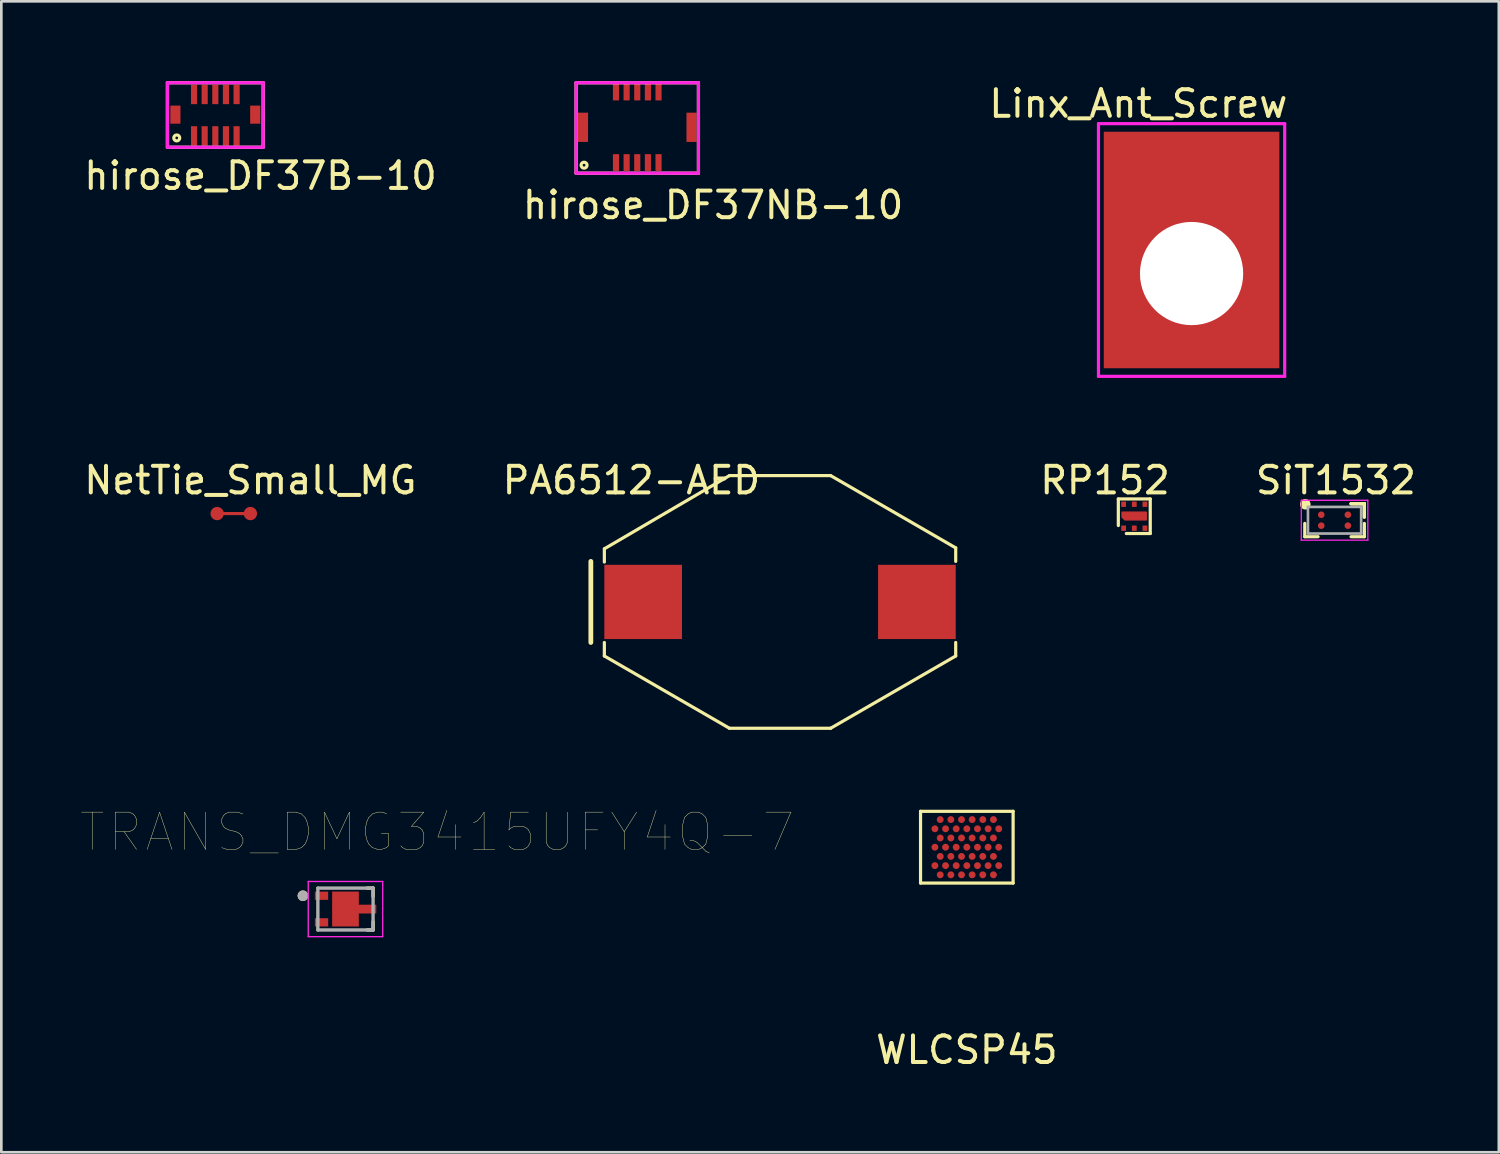
<source format=kicad_pcb>
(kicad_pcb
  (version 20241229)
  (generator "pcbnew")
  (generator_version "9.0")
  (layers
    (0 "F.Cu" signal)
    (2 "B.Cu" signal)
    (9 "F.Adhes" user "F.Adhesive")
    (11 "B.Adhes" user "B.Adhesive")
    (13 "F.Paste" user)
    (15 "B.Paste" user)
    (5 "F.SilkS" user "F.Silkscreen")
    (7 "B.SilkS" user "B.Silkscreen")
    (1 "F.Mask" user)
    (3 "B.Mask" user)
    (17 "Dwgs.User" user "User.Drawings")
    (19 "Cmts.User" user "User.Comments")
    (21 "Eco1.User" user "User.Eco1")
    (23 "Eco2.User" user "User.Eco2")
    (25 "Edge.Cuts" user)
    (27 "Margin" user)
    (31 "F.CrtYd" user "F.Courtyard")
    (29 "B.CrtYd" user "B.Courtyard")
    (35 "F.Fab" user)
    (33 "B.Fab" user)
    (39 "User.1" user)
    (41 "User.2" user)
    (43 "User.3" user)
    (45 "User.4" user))
  (footprint "TRANS_DMG3415UFY4Q-7"
    (layer "F.Cu")
    (at 9.937 31.123)
    (property "Reference" "TRANS_DMG3415UFY4Q-7" (at 3.445 -2.889 0) (layer "F.SilkS") (effects (font (size 1.4 1.4) (thickness 0.015))))
    (attr through_hole)
    (fp_poly (pts (xy -0.5 -0.65) (xy 0.5 -0.65) (xy 0.5 -0.155) (xy 1.15 -0.155) (xy 1.15 0.155) (xy 0.5 0.155) (xy 0.5 0.65) (xy -0.5 0.65)) (stroke (width 0.01) (type solid)) (fill yes) (layer "F.Cu"))
    (fp_poly (pts (xy -0.75 -0.6) (xy 0.75 -0.6) (xy 0.75 0.6) (xy -0.75 0.6)) (stroke (width 0.01) (type solid)) (fill yes) (layer "F.Mask"))
    (fp_line (start 0.82 -0.787) (end 1.038 -0.787) (stroke (width 0.127) (type solid)) (layer "F.SilkS"))
    (fp_line (start 1.038 -0.787) (end 1.038 -0.475) (stroke (width 0.127) (type solid)) (layer "F.SilkS"))
    (fp_line (start 1.038 0.475) (end 1.038 0.787) (stroke (width 0.127) (type solid)) (layer "F.SilkS"))
    (fp_line (start 1.038 0.787) (end 0.82 0.787) (stroke (width 0.127) (type solid)) (layer "F.SilkS"))
    (fp_circle (center -1.6 -0.5) (end -1.5 -0.5) (stroke (width 0.2) (type solid)) (fill no) (layer "F.SilkS"))
    (fp_poly (pts (xy -0.411 -0.316) (xy 0.411 -0.316) (xy 0.411 0.316) (xy -0.411 0.316)) (stroke (width 0.01) (type solid)) (fill yes) (layer "F.Paste"))
    (fp_line (start -1.4 -1.038) (end 1.4 -1.038) (stroke (width 0.05) (type solid)) (layer "F.CrtYd"))
    (fp_line (start -1.4 1.038) (end -1.4 -1.038) (stroke (width 0.05) (type solid)) (layer "F.CrtYd"))
    (fp_line (start 1.4 -1.038) (end 1.4 1.038) (stroke (width 0.05) (type solid)) (layer "F.CrtYd"))
    (fp_line (start 1.4 1.038) (end -1.4 1.038) (stroke (width 0.05) (type solid)) (layer "F.CrtYd"))
    (fp_line (start -1.038 -0.787) (end 1.038 -0.787) (stroke (width 0.127) (type solid)) (layer "F.Fab"))
    (fp_line (start -1.038 0.787) (end -1.038 -0.787) (stroke (width 0.127) (type solid)) (layer "F.Fab"))
    (fp_line (start 1.038 -0.787) (end 1.038 0.787) (stroke (width 0.127) (type solid)) (layer "F.Fab"))
    (fp_line (start 1.038 0.787) (end -1.038 0.787) (stroke (width 0.127) (type solid)) (layer "F.Fab"))
    (fp_circle (center -1.6 -0.5) (end -1.5 -0.5) (stroke (width 0.2) (type solid)) (fill no) (layer "F.Fab"))
    (pad "1" smd rect (at -0.9 -0.5) (size 0.5 0.31) (layers "F.Cu" "F.Mask" "F.Paste"))
    (pad "2" smd rect (at -0.9 0.5) (size 0.5 0.31) (layers "F.Cu" "F.Mask" "F.Paste"))
    (pad "3" smd rect (at 0.825 0) (size 0.65 0.31) (layers "F.Cu" "F.Mask" "F.Paste")))
  (footprint "Linx_Ant_Screw"
    (layer "F.Cu")
    (at 41.744 6.348)
    (property "Reference" "Linx_Ant_Screw" (at -2 -5.5 0) (layer "F.SilkS") (effects (font (size 1 1) (thickness 0.15))))
    (attr through_hole)
    (fp_line (start -3.5 -4.75) (end 3.5 -4.75) (stroke (width 0.12) (type solid)) (layer "F.CrtYd"))
    (fp_line (start -3.5 4.75) (end -3.5 -4.75) (stroke (width 0.12) (type solid)) (layer "F.CrtYd"))
    (fp_line (start 3.5 -4.75) (end 3.5 4.75) (stroke (width 0.12) (type solid)) (layer "F.CrtYd"))
    (fp_line (start 3.5 4.75) (end -3.5 4.75) (stroke (width 0.12) (type solid)) (layer "F.CrtYd"))
    (pad "" np_thru_hole circle (at 0 0.885) (size 3.88 3.88) (drill 3.88) (layers "*.Cu" "*.Mask"))
    (pad "1" smd rect (at 0 0) (size 6.6 8.89) (layers "F.Cu" "F.Mask" "F.Paste")))
  (footprint "hirose_DF37NB-10"
    (layer "F.Cu")
    (at 20.906 3.06)
    (property "Reference" "hirose_DF37NB-10" (at 2.85 1.6 0) (layer "F.SilkS") (effects (font (size 1 1) (thickness 0.15))))
    (attr through_hole)
    (fp_line (start -2.3 -3) (end -2.3 0.4) (stroke (width 0.12) (type solid)) (layer "F.SilkS"))
    (fp_line (start -2.3 0.4) (end 2.3 0.4) (stroke (width 0.12) (type solid)) (layer "F.SilkS"))
    (fp_line (start 2.3 -3) (end -2.3 -3) (stroke (width 0.12) (type solid)) (layer "F.SilkS"))
    (fp_line (start 2.3 0.4) (end 2.3 -3) (stroke (width 0.12) (type solid)) (layer "F.SilkS"))
    (fp_circle (center -2 0.1) (end -1.9 0.15) (stroke (width 0.12) (type solid)) (fill no) (layer "F.SilkS"))
    (fp_line (start -2.3 -3) (end 2.3 -3) (stroke (width 0.12) (type solid)) (layer "F.CrtYd"))
    (fp_line (start -2.3 0.4) (end -2.3 -3) (stroke (width 0.12) (type solid)) (layer "F.CrtYd"))
    (fp_line (start 2.3 -3) (end 2.3 0.4) (stroke (width 0.12) (type solid)) (layer "F.CrtYd"))
    (fp_line (start 2.3 0.4) (end -2.3 0.4) (stroke (width 0.12) (type solid)) (layer "F.CrtYd"))
    (pad "1" smd rect (at -0.8 0) (size 0.23 0.63) (layers "F.Cu" "F.Mask" "F.Paste"))
    (pad "2" smd rect (at -0.4 0) (size 0.23 0.63) (layers "F.Cu" "F.Mask" "F.Paste"))
    (pad "3" smd rect (at 0 0) (size 0.23 0.63) (layers "F.Cu" "F.Mask" "F.Paste"))
    (pad "4" smd rect (at 0.4 0) (size 0.23 0.63) (layers "F.Cu" "F.Mask" "F.Paste"))
    (pad "5" smd rect (at 0.8 0) (size 0.23 0.63) (layers "F.Cu" "F.Mask" "F.Paste"))
    (pad "6" smd rect (at 0.8 -2.65) (size 0.23 0.63) (layers "F.Cu" "F.Mask" "F.Paste"))
    (pad "7" smd rect (at 0.4 -2.65) (size 0.23 0.63) (layers "F.Cu" "F.Mask" "F.Paste"))
    (pad "8" smd rect (at 0 -2.65) (size 0.23 0.63) (layers "F.Cu" "F.Mask" "F.Paste"))
    (pad "9" smd rect (at -0.4 -2.65) (size 0.23 0.63) (layers "F.Cu" "F.Mask" "F.Paste"))
    (pad "10" smd rect (at -0.8 -2.65) (size 0.23 0.63) (layers "F.Cu" "F.Mask" "F.Paste"))
    (pad "11" smd rect (at 2.04 -1.325) (size 0.38 1.1) (layers "F.Cu" "F.Mask" "F.Paste"))
    (pad "12" smd rect (at -2.04 -1.325) (size 0.38 1.1) (layers "F.Cu" "F.Mask" "F.Paste")))
  (footprint "WLCSP45"
    (layer "F.Cu")
    (at 33.295 28.798)
    (property "Reference" "WLCSP45" (at 0 7.62 0) (layer "F.SilkS") (effects (font (size 1 1) (thickness 0.15))))
    (attr smd)
    (fp_line (start -1.74 -1.349) (end 1.74 -1.349) (stroke (width 0.12) (type solid)) (layer "F.SilkS"))
    (fp_line (start -1.74 1.349) (end -1.74 -1.349) (stroke (width 0.12) (type solid)) (layer "F.SilkS"))
    (fp_line (start 1.74 -1.349) (end 1.74 1.349) (stroke (width 0.12) (type solid)) (layer "F.SilkS"))
    (fp_line (start 1.74 1.349) (end -1.74 1.349) (stroke (width 0.12) (type solid)) (layer "F.SilkS"))
    (pad "A2" smd circle (at -1 -1.038) (size 0.26 0.26) (layers "F.Cu" "F.Mask" "F.Paste"))
    (pad "A4" smd circle (at -0.6 -1.038) (size 0.26 0.26) (layers "F.Cu" "F.Mask" "F.Paste"))
    (pad "A6" smd circle (at -0.2 -1.038) (size 0.26 0.26) (layers "F.Cu" "F.Mask" "F.Paste"))
    (pad "A8" smd circle (at 0.2 -1.038) (size 0.26 0.26) (layers "F.Cu" "F.Mask" "F.Paste"))
    (pad "A10" smd circle (at 0.6 -1.038) (size 0.26 0.26) (layers "F.Cu" "F.Mask" "F.Paste"))
    (pad "A12" smd circle (at 1 -1.038) (size 0.26 0.26) (layers "F.Cu" "F.Mask" "F.Paste"))
    (pad "B1" smd circle (at -1.2 -0.692) (size 0.26 0.26) (layers "F.Cu" "F.Mask" "F.Paste"))
    (pad "B3" smd circle (at -0.8 -0.692) (size 0.26 0.26) (layers "F.Cu" "F.Mask" "F.Paste"))
    (pad "B5" smd circle (at -0.4 -0.692) (size 0.26 0.26) (layers "F.Cu" "F.Mask" "F.Paste"))
    (pad "B7" smd circle (at 0 -0.692) (size 0.26 0.26) (layers "F.Cu" "F.Mask" "F.Paste"))
    (pad "B9" smd circle (at 0.4 -0.692) (size 0.26 0.26) (layers "F.Cu" "F.Mask" "F.Paste"))
    (pad "B11" smd circle (at 0.8 -0.692) (size 0.26 0.26) (layers "F.Cu" "F.Mask" "F.Paste"))
    (pad "B13" smd circle (at 1.2 -0.692) (size 0.26 0.26) (layers "F.Cu" "F.Mask" "F.Paste"))
    (pad "C2" smd circle (at -1 -0.346) (size 0.26 0.26) (layers "F.Cu" "F.Mask" "F.Paste"))
    (pad "C4" smd circle (at -0.6 -0.346) (size 0.26 0.26) (layers "F.Cu" "F.Mask" "F.Paste"))
    (pad "C6" smd circle (at -0.2 -0.346) (size 0.26 0.26) (layers "F.Cu" "F.Mask" "F.Paste"))
    (pad "C8" smd circle (at 0.2 -0.346) (size 0.26 0.26) (layers "F.Cu" "F.Mask" "F.Paste"))
    (pad "C10" smd circle (at 0.6 -0.346) (size 0.26 0.26) (layers "F.Cu" "F.Mask" "F.Paste"))
    (pad "C12" smd circle (at 1 -0.346) (size 0.26 0.26) (layers "F.Cu" "F.Mask" "F.Paste"))
    (pad "D1" smd circle (at -1.2 0) (size 0.26 0.26) (layers "F.Cu" "F.Mask" "F.Paste"))
    (pad "D3" smd circle (at -0.8 0) (size 0.26 0.26) (layers "F.Cu" "F.Mask" "F.Paste"))
    (pad "D5" smd circle (at -0.4 0) (size 0.26 0.26) (layers "F.Cu" "F.Mask" "F.Paste"))
    (pad "D7" smd circle (at 0 0) (size 0.26 0.26) (layers "F.Cu" "F.Mask" "F.Paste"))
    (pad "D9" smd circle (at 0.4 0) (size 0.26 0.26) (layers "F.Cu" "F.Mask" "F.Paste"))
    (pad "D11" smd circle (at 0.8 0) (size 0.26 0.26) (layers "F.Cu" "F.Mask" "F.Paste"))
    (pad "D13" smd circle (at 1.2 0) (size 0.26 0.26) (layers "F.Cu" "F.Mask" "F.Paste"))
    (pad "E2" smd circle (at -1 0.346) (size 0.26 0.26) (layers "F.Cu" "F.Mask" "F.Paste"))
    (pad "E4" smd circle (at -0.6 0.346) (size 0.26 0.26) (layers "F.Cu" "F.Mask" "F.Paste"))
    (pad "E6" smd circle (at -0.2 0.346) (size 0.26 0.26) (layers "F.Cu" "F.Mask" "F.Paste"))
    (pad "E8" smd circle (at 0.2 0.346) (size 0.26 0.26) (layers "F.Cu" "F.Mask" "F.Paste"))
    (pad "E10" smd circle (at 0.6 0.346) (size 0.26 0.26) (layers "F.Cu" "F.Mask" "F.Paste"))
    (pad "E12" smd circle (at 1 0.346) (size 0.26 0.26) (layers "F.Cu" "F.Mask" "F.Paste"))
    (pad "F1" smd circle (at -1.2 0.692) (size 0.26 0.26) (layers "F.Cu" "F.Mask" "F.Paste"))
    (pad "F3" smd circle (at -0.8 0.692) (size 0.26 0.26) (layers "F.Cu" "F.Mask" "F.Paste"))
    (pad "F5" smd circle (at -0.4 0.692) (size 0.26 0.26) (layers "F.Cu" "F.Mask" "F.Paste"))
    (pad "F7" smd circle (at 0 0.692) (size 0.26 0.26) (layers "F.Cu" "F.Mask" "F.Paste"))
    (pad "F9" smd circle (at 0.4 0.692) (size 0.26 0.26) (layers "F.Cu" "F.Mask" "F.Paste"))
    (pad "F11" smd circle (at 0.8 0.692) (size 0.26 0.26) (layers "F.Cu" "F.Mask" "F.Paste"))
    (pad "F13" smd circle (at 1.2 0.692) (size 0.26 0.26) (layers "F.Cu" "F.Mask" "F.Paste"))
    (pad "G2" smd circle (at -1 1.038) (size 0.26 0.26) (layers "F.Cu" "F.Mask" "F.Paste"))
    (pad "G4" smd circle (at -0.6 1.038) (size 0.26 0.26) (layers "F.Cu" "F.Mask" "F.Paste"))
    (pad "G6" smd circle (at -0.2 1.038) (size 0.26 0.26) (layers "F.Cu" "F.Mask" "F.Paste"))
    (pad "G8" smd circle (at 0.2 1.038) (size 0.26 0.26) (layers "F.Cu" "F.Mask" "F.Paste"))
    (pad "G10" smd circle (at 0.6 1.038) (size 0.26 0.26) (layers "F.Cu" "F.Mask" "F.Paste"))
    (pad "G12" smd circle (at 1 1.038) (size 0.26 0.26) (layers "F.Cu" "F.Mask" "F.Paste")))
  (footprint "PA6512-AED"
    (layer "F.Cu")
    (at 26.273 19.578)
    (property "Reference" "PA6512-AED" (at -5.588 -4.572 0) (layer "F.SilkS") (effects (font (size 1 1) (thickness 0.15))))
    (attr through_hole)
    (fp_line (start -7.112 -1.524) (end -7.112 1.524) (stroke (width 0.18) (type solid)) (layer "F.SilkS"))
    (fp_line (start -6.604 -1.5) (end -6.604 -2) (stroke (width 0.12) (type solid)) (layer "F.SilkS"))
    (fp_line (start -6.604 2.032) (end -6.604 1.524) (stroke (width 0.12) (type solid)) (layer "F.SilkS"))
    (fp_line (start -6.6 -2) (end -1.9 -4.75) (stroke (width 0.12) (type solid)) (layer "F.SilkS"))
    (fp_line (start -1.9 -4.75) (end 1.9 -4.75) (stroke (width 0.12) (type solid)) (layer "F.SilkS"))
    (fp_line (start -1.9 4.75) (end -6.604 2.032) (stroke (width 0.12) (type solid)) (layer "F.SilkS"))
    (fp_line (start -1.9 4.75) (end 1.9 4.75) (stroke (width 0.12) (type solid)) (layer "F.SilkS"))
    (fp_line (start 1.9 -4.75) (end 6.604 -2.032) (stroke (width 0.12) (type solid)) (layer "F.SilkS"))
    (fp_line (start 1.9 4.75) (end 6.604 2.032) (stroke (width 0.12) (type solid)) (layer "F.SilkS"))
    (fp_line (start 6.604 -2.032) (end 6.604 -1.524) (stroke (width 0.12) (type solid)) (layer "F.SilkS"))
    (fp_line (start 6.604 2.032) (end 6.604 1.524) (stroke (width 0.12) (type solid)) (layer "F.SilkS"))
    (pad "1" smd rect (at -5.145 0) (size 2.92 2.79) (layers "F.Cu" "F.Mask" "F.Paste"))
    (pad "2" smd rect (at 5.145 0) (size 2.92 2.79) (layers "F.Cu" "F.Mask" "F.Paste")))
  (footprint "hirose_DF37B-10"
    (layer "F.Cu")
    (at 5.044 2.06)
    (property "Reference" "hirose_DF37B-10" (at 1.7 1.5 0) (layer "F.SilkS") (effects (font (size 1 1) (thickness 0.15))))
    (attr through_hole)
    (fp_line (start -1.8 -2) (end -1.8 0.425) (stroke (width 0.12) (type solid)) (layer "F.SilkS"))
    (fp_line (start -1.8 0.425) (end 1.8 0.425) (stroke (width 0.12) (type solid)) (layer "F.SilkS"))
    (fp_line (start 1.8 -2) (end -1.8 -2) (stroke (width 0.12) (type solid)) (layer "F.SilkS"))
    (fp_line (start 1.8 0.425) (end 1.8 -2) (stroke (width 0.12) (type solid)) (layer "F.SilkS"))
    (fp_circle (center -1.45 0.075) (end -1.35 0.125) (stroke (width 0.12) (type solid)) (fill no) (layer "F.SilkS"))
    (fp_line (start -1.8 -2) (end -1.8 0.425) (stroke (width 0.12) (type solid)) (layer "F.CrtYd"))
    (fp_line (start -1.8 0.425) (end 1.8 0.425) (stroke (width 0.12) (type solid)) (layer "F.CrtYd"))
    (fp_line (start 1.8 -2) (end -1.8 -2) (stroke (width 0.12) (type solid)) (layer "F.CrtYd"))
    (fp_line (start 1.8 0.425) (end 1.8 -2) (stroke (width 0.12) (type solid)) (layer "F.CrtYd"))
    (pad "1" smd rect (at -0.8 0) (size 0.23 0.73) (layers "F.Cu" "F.Mask" "F.Paste"))
    (pad "2" smd rect (at -0.4 0) (size 0.23 0.73) (layers "F.Cu" "F.Mask" "F.Paste"))
    (pad "3" smd rect (at 0 0) (size 0.23 0.73) (layers "F.Cu" "F.Mask" "F.Paste"))
    (pad "4" smd rect (at 0.4 0) (size 0.23 0.73) (layers "F.Cu" "F.Mask" "F.Paste"))
    (pad "5" smd rect (at 0.8 0) (size 0.23 0.73) (layers "F.Cu" "F.Mask" "F.Paste"))
    (pad "6" smd rect (at 0.8 -1.56) (size 0.23 0.73) (layers "F.Cu" "F.Mask" "F.Paste"))
    (pad "7" smd rect (at 0.4 -1.56) (size 0.23 0.73) (layers "F.Cu" "F.Mask" "F.Paste"))
    (pad "8" smd rect (at 0 -1.56) (size 0.23 0.73) (layers "F.Cu" "F.Mask" "F.Paste"))
    (pad "9" smd rect (at -0.4 -1.56) (size 0.23 0.73) (layers "F.Cu" "F.Mask" "F.Paste"))
    (pad "10" smd rect (at -0.8 -1.56) (size 0.23 0.73) (layers "F.Cu" "F.Mask" "F.Paste"))
    (pad "11" smd rect (at 1.5 -0.8) (size 0.38 0.68) (layers "F.Cu" "F.Mask" "F.Paste"))
    (pad "12" smd rect (at -1.5 -0.8) (size 0.38 0.68) (layers "F.Cu" "F.Mask" "F.Paste")))
  (footprint "NetTie_Small_MG"
    (layer "F.Cu")
    (at 5.113 16.256)
    (property "Reference" "NetTie_Small_MG" (at 1.25 -1.25 0) (layer "F.SilkS") (effects (font (size 1 1) (thickness 0.15))))
    (attr through_hole)
    (fp_line (start 1.25 0) (end 0 0) (stroke (width 0.12) (type solid)) (layer "F.Cu"))
    (pad "1" smd circle (at 0 0) (size 0.5 0.5) (layers "F.Cu" "F.Mask" "F.Paste"))
    (pad "2" smd circle (at 1.25 0) (size 0.5 0.5) (layers "F.Cu" "F.Mask" "F.Paste")))
  (footprint "SiT1532"
    (layer "F.Cu")
    (at 47.119 16.506)
    (property "Reference" "SiT1532" (at 0.05 -1.5 0) (layer "F.SilkS") (effects (font (size 1 1) (thickness 0.15))))
    (attr smd)
    (fp_line (start -1.12 0.62) (end -1.12 0.12) (stroke (width 0.12) (type solid)) (layer "F.SilkS"))
    (fp_line (start -0.62 0.62) (end -1.12 0.62) (stroke (width 0.12) (type solid)) (layer "F.SilkS"))
    (fp_line (start 0.62 -0.62) (end 1.12 -0.62) (stroke (width 0.12) (type solid)) (layer "F.SilkS"))
    (fp_line (start 0.62 -0.62) (end 1.12 -0.62) (stroke (width 0.12) (type solid)) (layer "F.SilkS"))
    (fp_line (start 0.62 -0.62) (end 1.12 -0.62) (stroke (width 0.12) (type solid)) (layer "F.SilkS"))
    (fp_line (start 0.62 0.62) (end 1.12 0.62) (stroke (width 0.12) (type solid)) (layer "F.SilkS"))
    (fp_line (start 1.12 -0.62) (end 1.12 -0.12) (stroke (width 0.12) (type solid)) (layer "F.SilkS"))
    (fp_line (start 1.12 -0.62) (end 1.12 -0.12) (stroke (width 0.12) (type solid)) (layer "F.SilkS"))
    (fp_line (start 1.12 -0.62) (end 1.12 -0.12) (stroke (width 0.12) (type solid)) (layer "F.SilkS"))
    (fp_line (start 1.12 0.62) (end 1.12 0.12) (stroke (width 0.12) (type solid)) (layer "F.SilkS"))
    (fp_circle (center -1.1 -0.6) (end -1.1 -0.6) (stroke (width 0.2) (type solid)) (fill no) (layer "F.SilkS"))
    (fp_line (start -1.25 -0.75) (end 1.25 -0.75) (stroke (width 0.05) (type solid)) (layer "F.CrtYd"))
    (fp_line (start -1.25 0.75) (end -1.25 -0.75) (stroke (width 0.05) (type solid)) (layer "F.CrtYd"))
    (fp_line (start 1.25 -0.75) (end 1.25 0.75) (stroke (width 0.05) (type solid)) (layer "F.CrtYd"))
    (fp_line (start 1.25 0.75) (end -1.25 0.75) (stroke (width 0.05) (type solid)) (layer "F.CrtYd"))
    (fp_line (start -1 -0.5) (end -1 0.5) (stroke (width 0.1) (type solid)) (layer "F.Fab"))
    (fp_line (start -1 0.5) (end 1 0.5) (stroke (width 0.1) (type solid)) (layer "F.Fab"))
    (fp_line (start 1 -0.5) (end -1 -0.5) (stroke (width 0.1) (type solid)) (layer "F.Fab"))
    (fp_line (start 1 0.5) (end 1 -0.5) (stroke (width 0.1) (type solid)) (layer "F.Fab"))
    (pad "1" smd circle (at -0.5 0.205) (size 0.25 0.25) (layers "F.Cu" "F.Mask" "F.Paste"))
    (pad "2" smd circle (at 0.5 0.205) (size 0.25 0.25) (layers "F.Cu" "F.Mask" "F.Paste"))
    (pad "3" smd circle (at 0.5 -0.205) (size 0.25 0.25) (layers "F.Cu" "F.Mask" "F.Paste"))
    (pad "4" smd circle (at -0.5 -0.205) (size 0.25 0.25) (layers "F.Cu" "F.Mask" "F.Paste")))
  (footprint "RP152"
    (layer "F.Cu")
    (at 39.19 16.806)
    (property "Reference" "RP152" (at -0.7 -1.8 0) (layer "F.SilkS") (effects (font (size 1 1) (thickness 0.15))))
    (attr through_hole)
    (fp_poly (pts (xy -0.06 -0.605) (xy 0.85 -0.605) (xy 0.85 -0.31) (xy 0.05 -0.31) (xy -0.06 -0.415)) (stroke (width 0.05) (type solid)) (fill yes) (layer "F.Cu"))
    (fp_line (start -0.2 -1.1) (end -0.2 -0.1) (stroke (width 0.12) (type solid)) (layer "F.SilkS"))
    (fp_line (start 0.1 0.2) (end 1 0.2) (stroke (width 0.12) (type solid)) (layer "F.SilkS"))
    (fp_line (start 1 -1.1) (end -0.2 -1.1) (stroke (width 0.12) (type solid)) (layer "F.SilkS"))
    (fp_line (start 1 0.2) (end 1 -1.1) (stroke (width 0.12) (type solid)) (layer "F.SilkS"))
    (pad "1" smd rect (at 0 0) (size 0.18 0.2) (layers "F.Cu" "F.Mask" "F.Paste"))
    (pad "2" smd rect (at 0.4 0) (size 0.18 0.2) (layers "F.Cu" "F.Mask" "F.Paste"))
    (pad "3" smd rect (at 0.8 0) (size 0.18 0.2) (layers "F.Cu" "F.Mask" "F.Paste"))
    (pad "4" smd rect (at 0.8 -0.9) (size 0.18 0.2) (layers "F.Cu" "F.Mask" "F.Paste"))
    (pad "5" smd rect (at 0.4 -0.9) (size 0.18 0.2) (layers "F.Cu" "F.Mask" "F.Paste"))
    (pad "6" smd rect (at 0 -0.9) (size 0.18 0.2) (layers "F.Cu" "F.Mask" "F.Paste")))
  (gr_rect
    (start -3 -3)
    (end 53.294 40.266)
    (stroke (width 0.1) (type default))
    (fill no)
    (layer "Edge.Cuts")))
</source>
